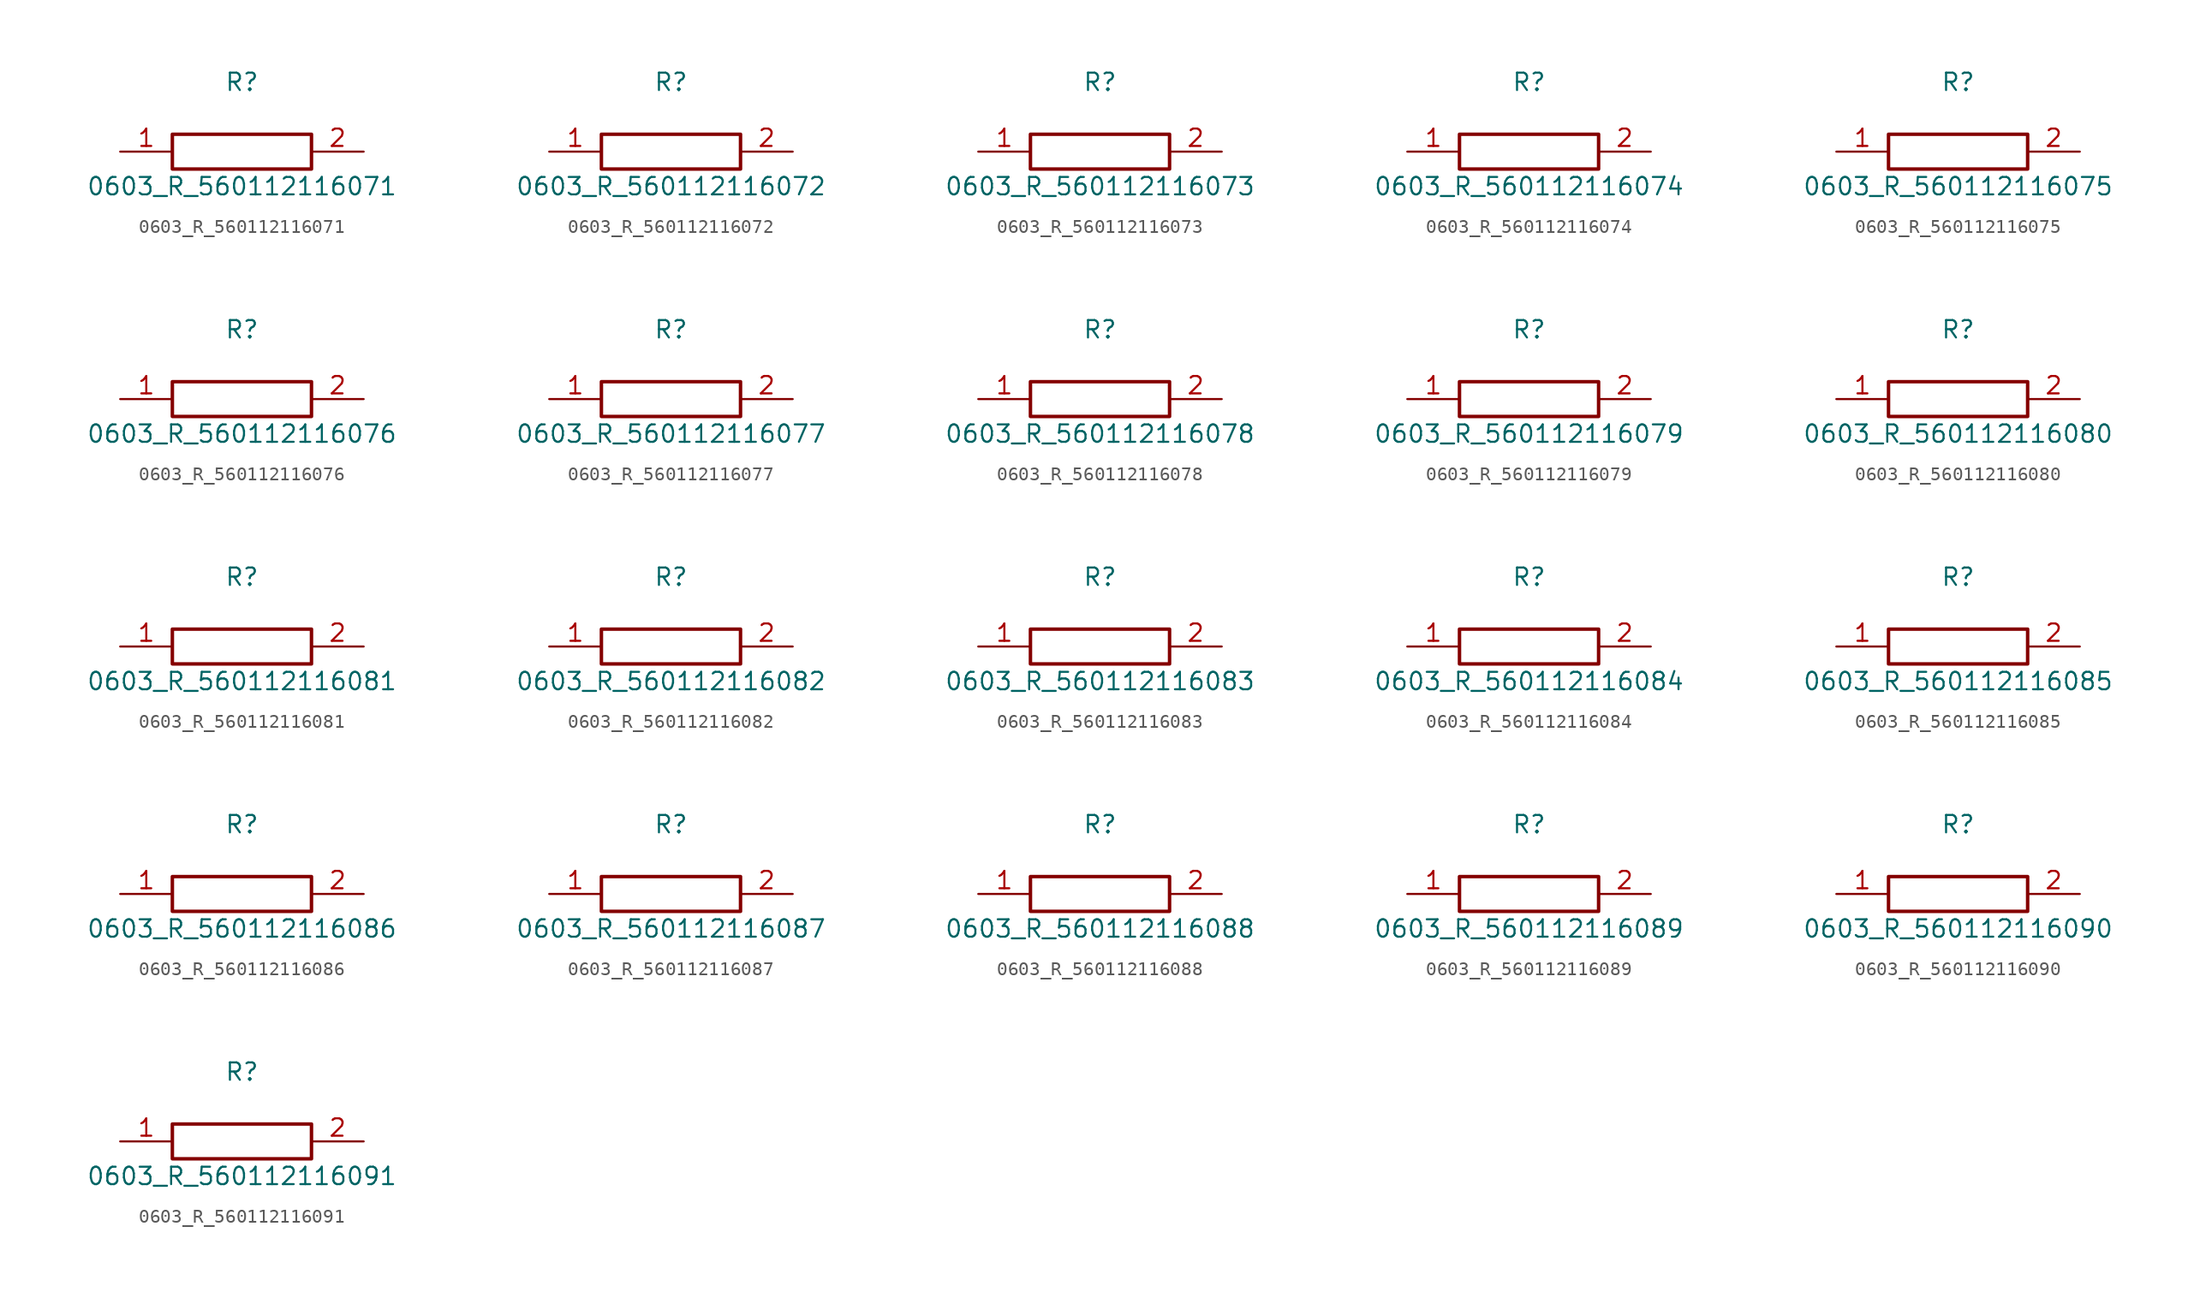
<source format=kicad_sym>
(kicad_symbol_lib
  (version 20211014)
  (generator kicad_symbol_editor)
  (symbol "Resistor_Wurth_WRIS-RSKS:0603_R_560112116071"
    (pin_names hide)
    (property "Reference" "R"
      (at 0 5.08 0)
      (effects (font (size 1.27 1.27))))
    (property "Value" "0603_R_560112116071"
      (at 0 -2.54 0)
      (effects (font (size 1.27 1.27))))
    (symbol "0603_R_560112116071_0_1"
      (rectangle (start -5.08 1.27) (end 5.08 -1.27) (stroke (width 0.254) (type solid)) (fill (type none)))
      (pin passive line (at -8.89 0 0) (length 3.81) (name "1" (effects (font (size 1.27 1.27)))) (number "1" (effects (font (size 1.27 1.27)))))
      (pin passive line (at 8.89 0 180) (length 3.81) (name "2" (effects (font (size 1.27 1.27)))) (number "2" (effects (font (size 1.27 1.27)))))))
  (symbol "Resistor_Wurth_WRIS-RSKS:0603_R_560112116072"
    (pin_names hide)
    (property "Reference" "R"
      (at 0 5.08 0)
      (effects (font (size 1.27 1.27))))
    (property "Value" "0603_R_560112116072"
      (at 0 -2.54 0)
      (effects (font (size 1.27 1.27))))
    (symbol "0603_R_560112116072_0_1"
      (rectangle (start -5.08 1.27) (end 5.08 -1.27) (stroke (width 0.254) (type solid)) (fill (type none)))
      (pin passive line (at -8.89 0 0) (length 3.81) (name "1" (effects (font (size 1.27 1.27)))) (number "1" (effects (font (size 1.27 1.27)))))
      (pin passive line (at 8.89 0 180) (length 3.81) (name "2" (effects (font (size 1.27 1.27)))) (number "2" (effects (font (size 1.27 1.27)))))))
  (symbol "Resistor_Wurth_WRIS-RSKS:0603_R_560112116073"
    (pin_names hide)
    (property "Reference" "R"
      (at 0 5.08 0)
      (effects (font (size 1.27 1.27))))
    (property "Value" "0603_R_560112116073"
      (at 0 -2.54 0)
      (effects (font (size 1.27 1.27))))
    (symbol "0603_R_560112116073_0_1"
      (rectangle (start -5.08 1.27) (end 5.08 -1.27) (stroke (width 0.254) (type solid)) (fill (type none)))
      (pin passive line (at -8.89 0 0) (length 3.81) (name "1" (effects (font (size 1.27 1.27)))) (number "1" (effects (font (size 1.27 1.27)))))
      (pin passive line (at 8.89 0 180) (length 3.81) (name "2" (effects (font (size 1.27 1.27)))) (number "2" (effects (font (size 1.27 1.27)))))))
  (symbol "Resistor_Wurth_WRIS-RSKS:0603_R_560112116074"
    (pin_names hide)
    (property "Reference" "R"
      (at 0 5.08 0)
      (effects (font (size 1.27 1.27))))
    (property "Value" "0603_R_560112116074"
      (at 0 -2.54 0)
      (effects (font (size 1.27 1.27))))
    (symbol "0603_R_560112116074_0_1"
      (rectangle (start -5.08 1.27) (end 5.08 -1.27) (stroke (width 0.254) (type solid)) (fill (type none)))
      (pin passive line (at -8.89 0 0) (length 3.81) (name "1" (effects (font (size 1.27 1.27)))) (number "1" (effects (font (size 1.27 1.27)))))
      (pin passive line (at 8.89 0 180) (length 3.81) (name "2" (effects (font (size 1.27 1.27)))) (number "2" (effects (font (size 1.27 1.27)))))))
  (symbol "Resistor_Wurth_WRIS-RSKS:0603_R_560112116075"
    (pin_names hide)
    (property "Reference" "R"
      (at 0 5.08 0)
      (effects (font (size 1.27 1.27))))
    (property "Value" "0603_R_560112116075"
      (at 0 -2.54 0)
      (effects (font (size 1.27 1.27))))
    (symbol "0603_R_560112116075_0_1"
      (rectangle (start -5.08 1.27) (end 5.08 -1.27) (stroke (width 0.254) (type solid)) (fill (type none)))
      (pin passive line (at -8.89 0 0) (length 3.81) (name "1" (effects (font (size 1.27 1.27)))) (number "1" (effects (font (size 1.27 1.27)))))
      (pin passive line (at 8.89 0 180) (length 3.81) (name "2" (effects (font (size 1.27 1.27)))) (number "2" (effects (font (size 1.27 1.27)))))))
  (symbol "Resistor_Wurth_WRIS-RSKS:0603_R_560112116076"
    (pin_names hide)
    (property "Reference" "R"
      (at 0 5.08 0)
      (effects (font (size 1.27 1.27))))
    (property "Value" "0603_R_560112116076"
      (at 0 -2.54 0)
      (effects (font (size 1.27 1.27))))
    (symbol "0603_R_560112116076_0_1"
      (rectangle (start -5.08 1.27) (end 5.08 -1.27) (stroke (width 0.254) (type solid)) (fill (type none)))
      (pin passive line (at -8.89 0 0) (length 3.81) (name "1" (effects (font (size 1.27 1.27)))) (number "1" (effects (font (size 1.27 1.27)))))
      (pin passive line (at 8.89 0 180) (length 3.81) (name "2" (effects (font (size 1.27 1.27)))) (number "2" (effects (font (size 1.27 1.27)))))))
  (symbol "Resistor_Wurth_WRIS-RSKS:0603_R_560112116077"
    (pin_names hide)
    (property "Reference" "R"
      (at 0 5.08 0)
      (effects (font (size 1.27 1.27))))
    (property "Value" "0603_R_560112116077"
      (at 0 -2.54 0)
      (effects (font (size 1.27 1.27))))
    (symbol "0603_R_560112116077_0_1"
      (rectangle (start -5.08 1.27) (end 5.08 -1.27) (stroke (width 0.254) (type solid)) (fill (type none)))
      (pin passive line (at -8.89 0 0) (length 3.81) (name "1" (effects (font (size 1.27 1.27)))) (number "1" (effects (font (size 1.27 1.27)))))
      (pin passive line (at 8.89 0 180) (length 3.81) (name "2" (effects (font (size 1.27 1.27)))) (number "2" (effects (font (size 1.27 1.27)))))))
  (symbol "Resistor_Wurth_WRIS-RSKS:0603_R_560112116078"
    (pin_names hide)
    (property "Reference" "R"
      (at 0 5.08 0)
      (effects (font (size 1.27 1.27))))
    (property "Value" "0603_R_560112116078"
      (at 0 -2.54 0)
      (effects (font (size 1.27 1.27))))
    (symbol "0603_R_560112116078_0_1"
      (rectangle (start -5.08 1.27) (end 5.08 -1.27) (stroke (width 0.254) (type solid)) (fill (type none)))
      (pin passive line (at -8.89 0 0) (length 3.81) (name "1" (effects (font (size 1.27 1.27)))) (number "1" (effects (font (size 1.27 1.27)))))
      (pin passive line (at 8.89 0 180) (length 3.81) (name "2" (effects (font (size 1.27 1.27)))) (number "2" (effects (font (size 1.27 1.27)))))))
  (symbol "Resistor_Wurth_WRIS-RSKS:0603_R_560112116079"
    (pin_names hide)
    (property "Reference" "R"
      (at 0 5.08 0)
      (effects (font (size 1.27 1.27))))
    (property "Value" "0603_R_560112116079"
      (at 0 -2.54 0)
      (effects (font (size 1.27 1.27))))
    (symbol "0603_R_560112116079_0_1"
      (rectangle (start -5.08 1.27) (end 5.08 -1.27) (stroke (width 0.254) (type solid)) (fill (type none)))
      (pin passive line (at -8.89 0 0) (length 3.81) (name "1" (effects (font (size 1.27 1.27)))) (number "1" (effects (font (size 1.27 1.27)))))
      (pin passive line (at 8.89 0 180) (length 3.81) (name "2" (effects (font (size 1.27 1.27)))) (number "2" (effects (font (size 1.27 1.27)))))))
  (symbol "Resistor_Wurth_WRIS-RSKS:0603_R_560112116080"
    (pin_names hide)
    (property "Reference" "R"
      (at 0 5.08 0)
      (effects (font (size 1.27 1.27))))
    (property "Value" "0603_R_560112116080"
      (at 0 -2.54 0)
      (effects (font (size 1.27 1.27))))
    (symbol "0603_R_560112116080_0_1"
      (rectangle (start -5.08 1.27) (end 5.08 -1.27) (stroke (width 0.254) (type solid)) (fill (type none)))
      (pin passive line (at -8.89 0 0) (length 3.81) (name "1" (effects (font (size 1.27 1.27)))) (number "1" (effects (font (size 1.27 1.27)))))
      (pin passive line (at 8.89 0 180) (length 3.81) (name "2" (effects (font (size 1.27 1.27)))) (number "2" (effects (font (size 1.27 1.27)))))))
  (symbol "Resistor_Wurth_WRIS-RSKS:0603_R_560112116081"
    (pin_names hide)
    (property "Reference" "R"
      (at 0 5.08 0)
      (effects (font (size 1.27 1.27))))
    (property "Value" "0603_R_560112116081"
      (at 0 -2.54 0)
      (effects (font (size 1.27 1.27))))
    (symbol "0603_R_560112116081_0_1"
      (rectangle (start -5.08 1.27) (end 5.08 -1.27) (stroke (width 0.254) (type solid)) (fill (type none)))
      (pin passive line (at -8.89 0 0) (length 3.81) (name "1" (effects (font (size 1.27 1.27)))) (number "1" (effects (font (size 1.27 1.27)))))
      (pin passive line (at 8.89 0 180) (length 3.81) (name "2" (effects (font (size 1.27 1.27)))) (number "2" (effects (font (size 1.27 1.27)))))))
  (symbol "Resistor_Wurth_WRIS-RSKS:0603_R_560112116082"
    (pin_names hide)
    (property "Reference" "R"
      (at 0 5.08 0)
      (effects (font (size 1.27 1.27))))
    (property "Value" "0603_R_560112116082"
      (at 0 -2.54 0)
      (effects (font (size 1.27 1.27))))
    (symbol "0603_R_560112116082_0_1"
      (rectangle (start -5.08 1.27) (end 5.08 -1.27) (stroke (width 0.254) (type solid)) (fill (type none)))
      (pin passive line (at -8.89 0 0) (length 3.81) (name "1" (effects (font (size 1.27 1.27)))) (number "1" (effects (font (size 1.27 1.27)))))
      (pin passive line (at 8.89 0 180) (length 3.81) (name "2" (effects (font (size 1.27 1.27)))) (number "2" (effects (font (size 1.27 1.27)))))))
  (symbol "Resistor_Wurth_WRIS-RSKS:0603_R_560112116083"
    (pin_names hide)
    (property "Reference" "R"
      (at 0 5.08 0)
      (effects (font (size 1.27 1.27))))
    (property "Value" "0603_R_560112116083"
      (at 0 -2.54 0)
      (effects (font (size 1.27 1.27))))
    (symbol "0603_R_560112116083_0_1"
      (rectangle (start -5.08 1.27) (end 5.08 -1.27) (stroke (width 0.254) (type solid)) (fill (type none)))
      (pin passive line (at -8.89 0 0) (length 3.81) (name "1" (effects (font (size 1.27 1.27)))) (number "1" (effects (font (size 1.27 1.27)))))
      (pin passive line (at 8.89 0 180) (length 3.81) (name "2" (effects (font (size 1.27 1.27)))) (number "2" (effects (font (size 1.27 1.27)))))))
  (symbol "Resistor_Wurth_WRIS-RSKS:0603_R_560112116084"
    (pin_names hide)
    (property "Reference" "R"
      (at 0 5.08 0)
      (effects (font (size 1.27 1.27))))
    (property "Value" "0603_R_560112116084"
      (at 0 -2.54 0)
      (effects (font (size 1.27 1.27))))
    (symbol "0603_R_560112116084_0_1"
      (rectangle (start -5.08 1.27) (end 5.08 -1.27) (stroke (width 0.254) (type solid)) (fill (type none)))
      (pin passive line (at -8.89 0 0) (length 3.81) (name "1" (effects (font (size 1.27 1.27)))) (number "1" (effects (font (size 1.27 1.27)))))
      (pin passive line (at 8.89 0 180) (length 3.81) (name "2" (effects (font (size 1.27 1.27)))) (number "2" (effects (font (size 1.27 1.27)))))))
  (symbol "Resistor_Wurth_WRIS-RSKS:0603_R_560112116085"
    (pin_names hide)
    (property "Reference" "R"
      (at 0 5.08 0)
      (effects (font (size 1.27 1.27))))
    (property "Value" "0603_R_560112116085"
      (at 0 -2.54 0)
      (effects (font (size 1.27 1.27))))
    (symbol "0603_R_560112116085_0_1"
      (rectangle (start -5.08 1.27) (end 5.08 -1.27) (stroke (width 0.254) (type solid)) (fill (type none)))
      (pin passive line (at -8.89 0 0) (length 3.81) (name "1" (effects (font (size 1.27 1.27)))) (number "1" (effects (font (size 1.27 1.27)))))
      (pin passive line (at 8.89 0 180) (length 3.81) (name "2" (effects (font (size 1.27 1.27)))) (number "2" (effects (font (size 1.27 1.27)))))))
  (symbol "Resistor_Wurth_WRIS-RSKS:0603_R_560112116086"
    (pin_names hide)
    (property "Reference" "R"
      (at 0 5.08 0)
      (effects (font (size 1.27 1.27))))
    (property "Value" "0603_R_560112116086"
      (at 0 -2.54 0)
      (effects (font (size 1.27 1.27))))
    (symbol "0603_R_560112116086_0_1"
      (rectangle (start -5.08 1.27) (end 5.08 -1.27) (stroke (width 0.254) (type solid)) (fill (type none)))
      (pin passive line (at -8.89 0 0) (length 3.81) (name "1" (effects (font (size 1.27 1.27)))) (number "1" (effects (font (size 1.27 1.27)))))
      (pin passive line (at 8.89 0 180) (length 3.81) (name "2" (effects (font (size 1.27 1.27)))) (number "2" (effects (font (size 1.27 1.27)))))))
  (symbol "Resistor_Wurth_WRIS-RSKS:0603_R_560112116087"
    (pin_names hide)
    (property "Reference" "R"
      (at 0 5.08 0)
      (effects (font (size 1.27 1.27))))
    (property "Value" "0603_R_560112116087"
      (at 0 -2.54 0)
      (effects (font (size 1.27 1.27))))
    (symbol "0603_R_560112116087_0_1"
      (rectangle (start -5.08 1.27) (end 5.08 -1.27) (stroke (width 0.254) (type solid)) (fill (type none)))
      (pin passive line (at -8.89 0 0) (length 3.81) (name "1" (effects (font (size 1.27 1.27)))) (number "1" (effects (font (size 1.27 1.27)))))
      (pin passive line (at 8.89 0 180) (length 3.81) (name "2" (effects (font (size 1.27 1.27)))) (number "2" (effects (font (size 1.27 1.27)))))))
  (symbol "Resistor_Wurth_WRIS-RSKS:0603_R_560112116088"
    (pin_names hide)
    (property "Reference" "R"
      (at 0 5.08 0)
      (effects (font (size 1.27 1.27))))
    (property "Value" "0603_R_560112116088"
      (at 0 -2.54 0)
      (effects (font (size 1.27 1.27))))
    (symbol "0603_R_560112116088_0_1"
      (rectangle (start -5.08 1.27) (end 5.08 -1.27) (stroke (width 0.254) (type solid)) (fill (type none)))
      (pin passive line (at -8.89 0 0) (length 3.81) (name "1" (effects (font (size 1.27 1.27)))) (number "1" (effects (font (size 1.27 1.27)))))
      (pin passive line (at 8.89 0 180) (length 3.81) (name "2" (effects (font (size 1.27 1.27)))) (number "2" (effects (font (size 1.27 1.27)))))))
  (symbol "Resistor_Wurth_WRIS-RSKS:0603_R_560112116089"
    (pin_names hide)
    (property "Reference" "R"
      (at 0 5.08 0)
      (effects (font (size 1.27 1.27))))
    (property "Value" "0603_R_560112116089"
      (at 0 -2.54 0)
      (effects (font (size 1.27 1.27))))
    (symbol "0603_R_560112116089_0_1"
      (rectangle (start -5.08 1.27) (end 5.08 -1.27) (stroke (width 0.254) (type solid)) (fill (type none)))
      (pin passive line (at -8.89 0 0) (length 3.81) (name "1" (effects (font (size 1.27 1.27)))) (number "1" (effects (font (size 1.27 1.27)))))
      (pin passive line (at 8.89 0 180) (length 3.81) (name "2" (effects (font (size 1.27 1.27)))) (number "2" (effects (font (size 1.27 1.27)))))))
  (symbol "Resistor_Wurth_WRIS-RSKS:0603_R_560112116090"
    (pin_names hide)
    (property "Reference" "R"
      (at 0 5.08 0)
      (effects (font (size 1.27 1.27))))
    (property "Value" "0603_R_560112116090"
      (at 0 -2.54 0)
      (effects (font (size 1.27 1.27))))
    (symbol "0603_R_560112116090_0_1"
      (rectangle (start -5.08 1.27) (end 5.08 -1.27) (stroke (width 0.254) (type solid)) (fill (type none)))
      (pin passive line (at -8.89 0 0) (length 3.81) (name "1" (effects (font (size 1.27 1.27)))) (number "1" (effects (font (size 1.27 1.27)))))
      (pin passive line (at 8.89 0 180) (length 3.81) (name "2" (effects (font (size 1.27 1.27)))) (number "2" (effects (font (size 1.27 1.27)))))))
  (symbol "Resistor_Wurth_WRIS-RSKS:0603_R_560112116091"
    (pin_names hide)
    (property "Reference" "R"
      (at 0 5.08 0)
      (effects (font (size 1.27 1.27))))
    (property "Value" "0603_R_560112116091"
      (at 0 -2.54 0)
      (effects (font (size 1.27 1.27))))
    (symbol "0603_R_560112116091_0_1"
      (rectangle (start -5.08 1.27) (end 5.08 -1.27) (stroke (width 0.254) (type solid)) (fill (type none)))
      (pin passive line (at -8.89 0 0) (length 3.81) (name "1" (effects (font (size 1.27 1.27)))) (number "1" (effects (font (size 1.27 1.27)))))
      (pin passive line (at 8.89 0 180) (length 3.81) (name "2" (effects (font (size 1.27 1.27)))) (number "2" (effects (font (size 1.27 1.27))))))))
</source>
